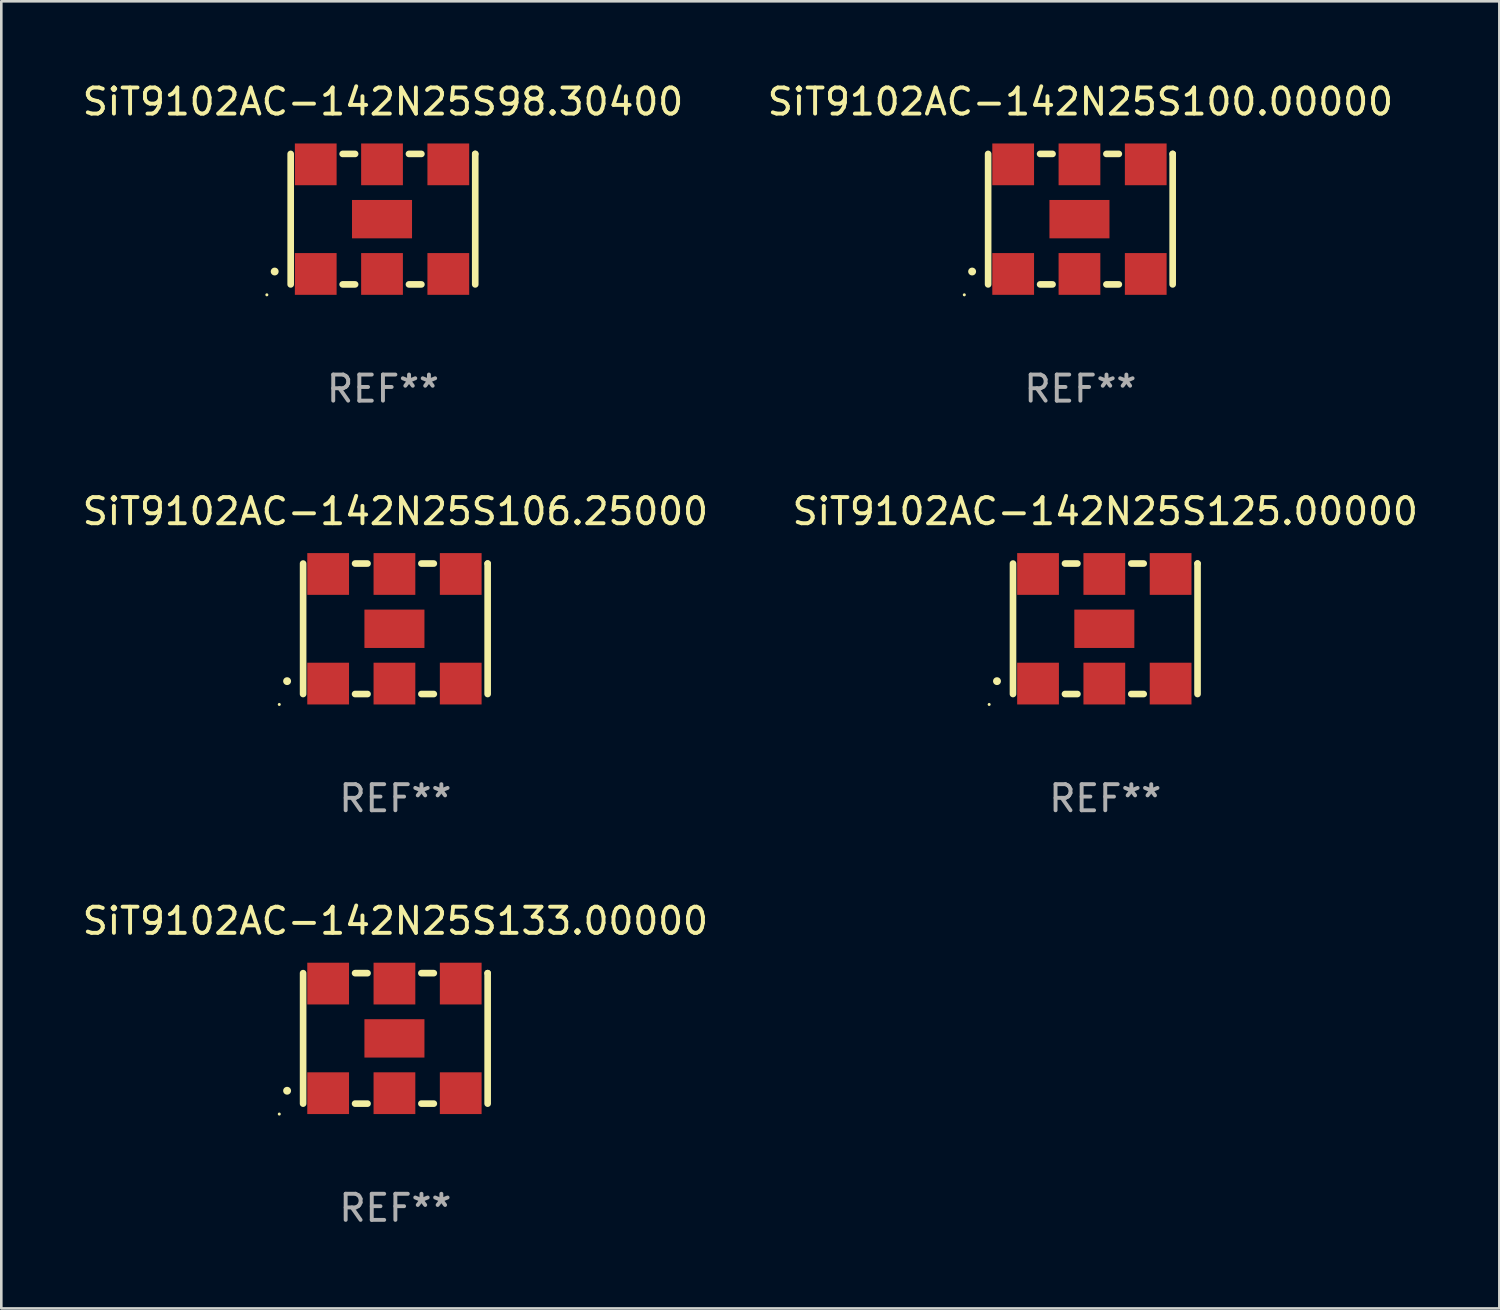
<source format=kicad_pcb>
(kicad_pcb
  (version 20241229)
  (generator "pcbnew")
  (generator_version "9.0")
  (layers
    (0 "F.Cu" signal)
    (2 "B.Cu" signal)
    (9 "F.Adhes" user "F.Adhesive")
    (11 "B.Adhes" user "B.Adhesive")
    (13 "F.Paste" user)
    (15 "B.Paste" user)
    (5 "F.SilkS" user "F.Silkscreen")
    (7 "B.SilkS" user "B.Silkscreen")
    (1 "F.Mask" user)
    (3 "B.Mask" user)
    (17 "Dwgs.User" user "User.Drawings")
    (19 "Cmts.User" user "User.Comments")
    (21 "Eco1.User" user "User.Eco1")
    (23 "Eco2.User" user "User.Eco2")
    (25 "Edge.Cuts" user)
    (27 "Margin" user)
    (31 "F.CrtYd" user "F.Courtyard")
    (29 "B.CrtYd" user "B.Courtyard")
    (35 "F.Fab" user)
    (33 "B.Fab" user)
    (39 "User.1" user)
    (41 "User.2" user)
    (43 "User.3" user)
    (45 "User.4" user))
  (footprint "SiT9102AC-142N25S133.00000"
    (layer "F.Cu")
    (at 12.101 36.741)
    (property "Reference" "SiT9102AC-142N25S133.00000" (at 0 -4.5 0) (layer "F.SilkS") (effects (font (size 1 1) (thickness 0.15))))
    (attr through_hole)
    (fp_line (start -3.536 -2.5) (end -3.536 2.5) (stroke (width 0.254) (type solid)) (layer "F.SilkS"))
    (fp_line (start -1.544 2.5) (end -1.067 2.5) (stroke (width 0.254) (type solid)) (layer "F.SilkS"))
    (fp_line (start -1.067 -2.5) (end -1.544 -2.5) (stroke (width 0.254) (type solid)) (layer "F.SilkS"))
    (fp_line (start 0.996 2.5) (end 1.473 2.5) (stroke (width 0.254) (type solid)) (layer "F.SilkS"))
    (fp_line (start 1.473 -2.5) (end 0.996 -2.5) (stroke (width 0.254) (type solid)) (layer "F.SilkS"))
    (fp_line (start 3.536 -2.5) (end 3.536 -2.5) (stroke (width 0.254) (type solid)) (layer "F.SilkS"))
    (fp_line (start 3.536 2.5) (end 3.536 -2.5) (stroke (width 0.254) (type solid)) (layer "F.SilkS"))
    (fp_arc (start -4.150432 2.006604) (mid -4.149162 2.006599) (end -4.147892 2.006604) (stroke (width 0.3) (type solid)) (layer "F.SilkS"))
    (fp_circle (center -4.449 2.9) (end -4.419 2.9) (stroke (width 0.06) (type solid)) (fill no) (layer "F.SilkS"))
    (fp_text user "REF**" (at 0 6.5 0) (layer "F.Fab") (effects (font (size 1 1) (thickness 0.15))))
    (pad "1" smd rect (at -2.576 2.1) (size 1.6 1.6) (layers "F.Cu" "F.Mask" "F.Paste"))
    (pad "2" smd rect (at -0.036 2.1) (size 1.6 1.6) (layers "F.Cu" "F.Mask" "F.Paste"))
    (pad "3" smd rect (at 2.504 2.1) (size 1.6 1.6) (layers "F.Cu" "F.Mask" "F.Paste"))
    (pad "4" smd rect (at 2.504 -2.1) (size 1.6 1.6) (layers "F.Cu" "F.Mask" "F.Paste"))
    (pad "5" smd rect (at -0.036 -2.1) (size 1.6 1.6) (layers "F.Cu" "F.Mask" "F.Paste"))
    (pad "6" smd rect (at -2.576 -2.1) (size 1.6 1.6) (layers "F.Cu" "F.Mask" "F.Paste"))
    (pad "7" smd rect (at -0.036 0) (size 2.3 1.47) (layers "F.Cu" "F.Mask" "F.Paste")))
  (footprint "SiT9102AC-142N25S100.00000"
    (layer "F.Cu")
    (at 38.351 5.348)
    (property "Reference" "SiT9102AC-142N25S100.00000" (at 0 -4.5 0) (layer "F.SilkS") (effects (font (size 1 1) (thickness 0.15))))
    (attr through_hole)
    (fp_line (start -3.536 -2.5) (end -3.536 2.5) (stroke (width 0.254) (type solid)) (layer "F.SilkS"))
    (fp_line (start -1.544 2.5) (end -1.067 2.5) (stroke (width 0.254) (type solid)) (layer "F.SilkS"))
    (fp_line (start -1.067 -2.5) (end -1.544 -2.5) (stroke (width 0.254) (type solid)) (layer "F.SilkS"))
    (fp_line (start 0.996 2.5) (end 1.473 2.5) (stroke (width 0.254) (type solid)) (layer "F.SilkS"))
    (fp_line (start 1.473 -2.5) (end 0.996 -2.5) (stroke (width 0.254) (type solid)) (layer "F.SilkS"))
    (fp_line (start 3.536 -2.5) (end 3.536 -2.5) (stroke (width 0.254) (type solid)) (layer "F.SilkS"))
    (fp_line (start 3.536 2.5) (end 3.536 -2.5) (stroke (width 0.254) (type solid)) (layer "F.SilkS"))
    (fp_arc (start -4.150432 2.006604) (mid -4.149162 2.006599) (end -4.147892 2.006604) (stroke (width 0.3) (type solid)) (layer "F.SilkS"))
    (fp_circle (center -4.449 2.9) (end -4.419 2.9) (stroke (width 0.06) (type solid)) (fill no) (layer "F.SilkS"))
    (fp_text user "REF**" (at 0 6.5 0) (layer "F.Fab") (effects (font (size 1 1) (thickness 0.15))))
    (pad "1" smd rect (at -2.576 2.1) (size 1.6 1.6) (layers "F.Cu" "F.Mask" "F.Paste"))
    (pad "2" smd rect (at -0.036 2.1) (size 1.6 1.6) (layers "F.Cu" "F.Mask" "F.Paste"))
    (pad "3" smd rect (at 2.504 2.1) (size 1.6 1.6) (layers "F.Cu" "F.Mask" "F.Paste"))
    (pad "4" smd rect (at 2.504 -2.1) (size 1.6 1.6) (layers "F.Cu" "F.Mask" "F.Paste"))
    (pad "5" smd rect (at -0.036 -2.1) (size 1.6 1.6) (layers "F.Cu" "F.Mask" "F.Paste"))
    (pad "6" smd rect (at -2.576 -2.1) (size 1.6 1.6) (layers "F.Cu" "F.Mask" "F.Paste"))
    (pad "7" smd rect (at -0.036 0) (size 2.3 1.47) (layers "F.Cu" "F.Mask" "F.Paste")))
  (footprint "SiT9102AC-142N25S106.25000"
    (layer "F.Cu")
    (at 12.101 21.045)
    (property "Reference" "SiT9102AC-142N25S106.25000" (at 0 -4.5 0) (layer "F.SilkS") (effects (font (size 1 1) (thickness 0.15))))
    (attr through_hole)
    (fp_line (start -3.536 -2.5) (end -3.536 2.5) (stroke (width 0.254) (type solid)) (layer "F.SilkS"))
    (fp_line (start -1.544 2.5) (end -1.067 2.5) (stroke (width 0.254) (type solid)) (layer "F.SilkS"))
    (fp_line (start -1.067 -2.5) (end -1.544 -2.5) (stroke (width 0.254) (type solid)) (layer "F.SilkS"))
    (fp_line (start 0.996 2.5) (end 1.473 2.5) (stroke (width 0.254) (type solid)) (layer "F.SilkS"))
    (fp_line (start 1.473 -2.5) (end 0.996 -2.5) (stroke (width 0.254) (type solid)) (layer "F.SilkS"))
    (fp_line (start 3.536 -2.5) (end 3.536 -2.5) (stroke (width 0.254) (type solid)) (layer "F.SilkS"))
    (fp_line (start 3.536 2.5) (end 3.536 -2.5) (stroke (width 0.254) (type solid)) (layer "F.SilkS"))
    (fp_arc (start -4.150432 2.006604) (mid -4.149162 2.006599) (end -4.147892 2.006604) (stroke (width 0.3) (type solid)) (layer "F.SilkS"))
    (fp_circle (center -4.449 2.9) (end -4.419 2.9) (stroke (width 0.06) (type solid)) (fill no) (layer "F.SilkS"))
    (fp_text user "REF**" (at 0 6.5 0) (layer "F.Fab") (effects (font (size 1 1) (thickness 0.15))))
    (pad "1" smd rect (at -2.576 2.1) (size 1.6 1.6) (layers "F.Cu" "F.Mask" "F.Paste"))
    (pad "2" smd rect (at -0.036 2.1) (size 1.6 1.6) (layers "F.Cu" "F.Mask" "F.Paste"))
    (pad "3" smd rect (at 2.504 2.1) (size 1.6 1.6) (layers "F.Cu" "F.Mask" "F.Paste"))
    (pad "4" smd rect (at 2.504 -2.1) (size 1.6 1.6) (layers "F.Cu" "F.Mask" "F.Paste"))
    (pad "5" smd rect (at -0.036 -2.1) (size 1.6 1.6) (layers "F.Cu" "F.Mask" "F.Paste"))
    (pad "6" smd rect (at -2.576 -2.1) (size 1.6 1.6) (layers "F.Cu" "F.Mask" "F.Paste"))
    (pad "7" smd rect (at -0.036 0) (size 2.3 1.47) (layers "F.Cu" "F.Mask" "F.Paste")))
  (footprint "SiT9102AC-142N25S125.00000"
    (layer "F.Cu")
    (at 39.304 21.045)
    (property "Reference" "SiT9102AC-142N25S125.00000" (at 0 -4.5 0) (layer "F.SilkS") (effects (font (size 1 1) (thickness 0.15))))
    (attr through_hole)
    (fp_line (start -3.536 -2.5) (end -3.536 2.5) (stroke (width 0.254) (type solid)) (layer "F.SilkS"))
    (fp_line (start -1.544 2.5) (end -1.067 2.5) (stroke (width 0.254) (type solid)) (layer "F.SilkS"))
    (fp_line (start -1.067 -2.5) (end -1.544 -2.5) (stroke (width 0.254) (type solid)) (layer "F.SilkS"))
    (fp_line (start 0.996 2.5) (end 1.473 2.5) (stroke (width 0.254) (type solid)) (layer "F.SilkS"))
    (fp_line (start 1.473 -2.5) (end 0.996 -2.5) (stroke (width 0.254) (type solid)) (layer "F.SilkS"))
    (fp_line (start 3.536 -2.5) (end 3.536 -2.5) (stroke (width 0.254) (type solid)) (layer "F.SilkS"))
    (fp_line (start 3.536 2.5) (end 3.536 -2.5) (stroke (width 0.254) (type solid)) (layer "F.SilkS"))
    (fp_arc (start -4.150432 2.006604) (mid -4.149162 2.006599) (end -4.147892 2.006604) (stroke (width 0.3) (type solid)) (layer "F.SilkS"))
    (fp_circle (center -4.449 2.9) (end -4.419 2.9) (stroke (width 0.06) (type solid)) (fill no) (layer "F.SilkS"))
    (fp_text user "REF**" (at 0 6.5 0) (layer "F.Fab") (effects (font (size 1 1) (thickness 0.15))))
    (pad "1" smd rect (at -2.576 2.1) (size 1.6 1.6) (layers "F.Cu" "F.Mask" "F.Paste"))
    (pad "2" smd rect (at -0.036 2.1) (size 1.6 1.6) (layers "F.Cu" "F.Mask" "F.Paste"))
    (pad "3" smd rect (at 2.504 2.1) (size 1.6 1.6) (layers "F.Cu" "F.Mask" "F.Paste"))
    (pad "4" smd rect (at 2.504 -2.1) (size 1.6 1.6) (layers "F.Cu" "F.Mask" "F.Paste"))
    (pad "5" smd rect (at -0.036 -2.1) (size 1.6 1.6) (layers "F.Cu" "F.Mask" "F.Paste"))
    (pad "6" smd rect (at -2.576 -2.1) (size 1.6 1.6) (layers "F.Cu" "F.Mask" "F.Paste"))
    (pad "7" smd rect (at -0.036 0) (size 2.3 1.47) (layers "F.Cu" "F.Mask" "F.Paste")))
  (footprint "SiT9102AC-142N25S98.30400"
    (layer "F.Cu")
    (at 11.625 5.348)
    (property "Reference" "SiT9102AC-142N25S98.30400" (at 0 -4.5 0) (layer "F.SilkS") (effects (font (size 1 1) (thickness 0.15))))
    (attr through_hole)
    (fp_line (start -3.536 -2.5) (end -3.536 2.5) (stroke (width 0.254) (type solid)) (layer "F.SilkS"))
    (fp_line (start -1.544 2.5) (end -1.067 2.5) (stroke (width 0.254) (type solid)) (layer "F.SilkS"))
    (fp_line (start -1.067 -2.5) (end -1.544 -2.5) (stroke (width 0.254) (type solid)) (layer "F.SilkS"))
    (fp_line (start 0.996 2.5) (end 1.473 2.5) (stroke (width 0.254) (type solid)) (layer "F.SilkS"))
    (fp_line (start 1.473 -2.5) (end 0.996 -2.5) (stroke (width 0.254) (type solid)) (layer "F.SilkS"))
    (fp_line (start 3.536 -2.5) (end 3.536 -2.5) (stroke (width 0.254) (type solid)) (layer "F.SilkS"))
    (fp_line (start 3.536 2.5) (end 3.536 -2.5) (stroke (width 0.254) (type solid)) (layer "F.SilkS"))
    (fp_arc (start -4.150432 2.006604) (mid -4.149162 2.006599) (end -4.147892 2.006604) (stroke (width 0.3) (type solid)) (layer "F.SilkS"))
    (fp_circle (center -4.449 2.9) (end -4.419 2.9) (stroke (width 0.06) (type solid)) (fill no) (layer "F.SilkS"))
    (fp_text user "REF**" (at 0 6.5 0) (layer "F.Fab") (effects (font (size 1 1) (thickness 0.15))))
    (pad "1" smd rect (at -2.576 2.1) (size 1.6 1.6) (layers "F.Cu" "F.Mask" "F.Paste"))
    (pad "2" smd rect (at -0.036 2.1) (size 1.6 1.6) (layers "F.Cu" "F.Mask" "F.Paste"))
    (pad "3" smd rect (at 2.504 2.1) (size 1.6 1.6) (layers "F.Cu" "F.Mask" "F.Paste"))
    (pad "4" smd rect (at 2.504 -2.1) (size 1.6 1.6) (layers "F.Cu" "F.Mask" "F.Paste"))
    (pad "5" smd rect (at -0.036 -2.1) (size 1.6 1.6) (layers "F.Cu" "F.Mask" "F.Paste"))
    (pad "6" smd rect (at -2.576 -2.1) (size 1.6 1.6) (layers "F.Cu" "F.Mask" "F.Paste"))
    (pad "7" smd rect (at -0.036 0) (size 2.3 1.47) (layers "F.Cu" "F.Mask" "F.Paste")))
  (gr_rect
    (start -3 -3)
    (end 54.405 47.09)
    (stroke (width 0.1) (type default))
    (fill no)
    (layer "Edge.Cuts")))
</source>
